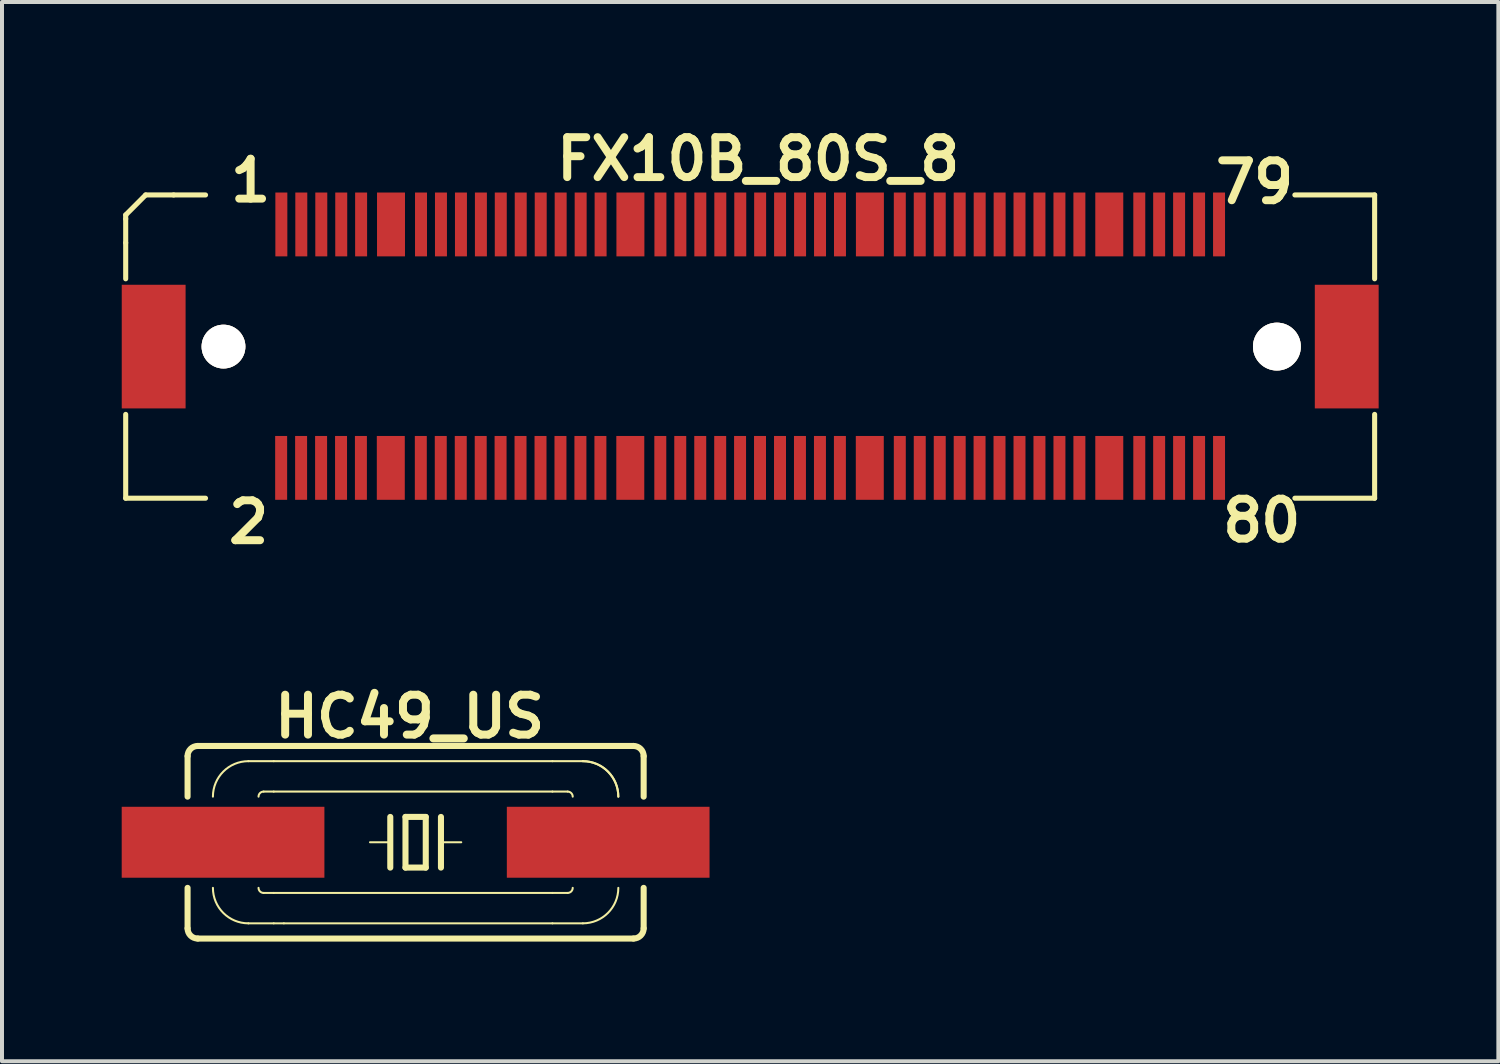
<source format=kicad_pcb>
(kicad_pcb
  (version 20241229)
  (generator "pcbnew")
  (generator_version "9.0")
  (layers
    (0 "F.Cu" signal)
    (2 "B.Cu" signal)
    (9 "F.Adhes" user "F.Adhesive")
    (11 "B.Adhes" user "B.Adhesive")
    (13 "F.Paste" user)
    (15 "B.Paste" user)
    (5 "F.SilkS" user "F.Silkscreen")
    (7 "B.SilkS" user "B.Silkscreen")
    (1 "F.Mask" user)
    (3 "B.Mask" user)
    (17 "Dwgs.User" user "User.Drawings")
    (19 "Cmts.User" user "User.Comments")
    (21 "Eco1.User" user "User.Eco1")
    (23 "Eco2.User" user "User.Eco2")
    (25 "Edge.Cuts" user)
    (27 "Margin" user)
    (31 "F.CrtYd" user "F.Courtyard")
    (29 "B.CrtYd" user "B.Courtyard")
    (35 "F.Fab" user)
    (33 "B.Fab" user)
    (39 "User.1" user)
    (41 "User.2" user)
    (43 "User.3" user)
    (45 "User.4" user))
  (footprint "HC49_US"
    (layer "F.Cu")
    (at 7.366 18.058)
    (property "Reference" "HC49_US" (at -0.15 -3.15 0) (layer "F.SilkS") (effects (font (size 1 1) (thickness 0.2))))
    (attr smd)
    (fp_line (start -5.715 -1.143) (end -5.715 -2.159) (stroke (width 0.152) (type solid)) (layer "F.SilkS"))
    (fp_line (start -5.715 1.143) (end -5.715 2.159) (stroke (width 0.152) (type solid)) (layer "F.SilkS"))
    (fp_line (start -4.191 2.032) (end -3.556 2.032) (stroke (width 0.051) (type solid)) (layer "F.SilkS"))
    (fp_line (start -3.81 -1.27) (end -3.556 -1.27) (stroke (width 0.051) (type solid)) (layer "F.SilkS"))
    (fp_line (start -3.81 1.27) (end -3.556 1.27) (stroke (width 0.051) (type solid)) (layer "F.SilkS"))
    (fp_line (start -3.556 -2.032) (end -4.191 -2.032) (stroke (width 0.051) (type solid)) (layer "F.SilkS"))
    (fp_line (start -3.556 1.27) (end 3.429 1.27) (stroke (width 0.051) (type solid)) (layer "F.SilkS"))
    (fp_line (start -3.556 2.032) (end -3.302 2.032) (stroke (width 0.051) (type solid)) (layer "F.SilkS"))
    (fp_line (start -3.302 2.032) (end 3.429 2.032) (stroke (width 0.051) (type solid)) (layer "F.SilkS"))
    (fp_line (start -0.635 -0.635) (end -0.635 0.635) (stroke (width 0.152) (type solid)) (layer "F.SilkS"))
    (fp_line (start -0.635 0) (end -1.143 0) (stroke (width 0.051) (type solid)) (layer "F.SilkS"))
    (fp_line (start -0.254 -0.635) (end 0.254 -0.635) (stroke (width 0.152) (type solid)) (layer "F.SilkS"))
    (fp_line (start -0.254 0.635) (end -0.254 -0.635) (stroke (width 0.152) (type solid)) (layer "F.SilkS"))
    (fp_line (start 0.254 -0.635) (end 0.254 0.635) (stroke (width 0.152) (type solid)) (layer "F.SilkS"))
    (fp_line (start 0.254 0.635) (end -0.254 0.635) (stroke (width 0.152) (type solid)) (layer "F.SilkS"))
    (fp_line (start 0.635 -0.635) (end 0.635 0.635) (stroke (width 0.152) (type solid)) (layer "F.SilkS"))
    (fp_line (start 0.635 0) (end 1.143 0) (stroke (width 0.051) (type solid)) (layer "F.SilkS"))
    (fp_line (start 3.429 -2.032) (end -3.556 -2.032) (stroke (width 0.051) (type solid)) (layer "F.SilkS"))
    (fp_line (start 3.429 -2.032) (end 4.191 -2.032) (stroke (width 0.051) (type solid)) (layer "F.SilkS"))
    (fp_line (start 3.429 -1.27) (end -3.556 -1.27) (stroke (width 0.051) (type solid)) (layer "F.SilkS"))
    (fp_line (start 3.429 1.27) (end 3.81 1.27) (stroke (width 0.051) (type solid)) (layer "F.SilkS"))
    (fp_line (start 3.429 2.032) (end 4.191 2.032) (stroke (width 0.051) (type solid)) (layer "F.SilkS"))
    (fp_line (start 3.81 -1.27) (end 3.429 -1.27) (stroke (width 0.051) (type solid)) (layer "F.SilkS"))
    (fp_line (start 5.461 -2.413) (end -5.461 -2.413) (stroke (width 0.152) (type solid)) (layer "F.SilkS"))
    (fp_line (start 5.461 2.413) (end -5.461 2.413) (stroke (width 0.152) (type solid)) (layer "F.SilkS"))
    (fp_line (start 5.715 -1.143) (end 5.715 -2.159) (stroke (width 0.152) (type solid)) (layer "F.SilkS"))
    (fp_line (start 5.715 1.143) (end 5.715 2.159) (stroke (width 0.152) (type solid)) (layer "F.SilkS"))
    (fp_arc (start -5.715 -2.159) (mid -5.640605 -2.338605) (end -5.461 -2.413) (stroke (width 0.1524) (type solid)) (layer "F.SilkS"))
    (fp_arc (start -5.461 2.413) (mid -5.640605 2.338605) (end -5.715 2.159) (stroke (width 0.1524) (type solid)) (layer "F.SilkS"))
    (fp_arc (start -5.08 -1.143) (mid -4.819618 -1.771618) (end -4.191 -2.032) (stroke (width 0.0508) (type solid)) (layer "F.SilkS"))
    (fp_arc (start -4.191 2.032) (mid -4.819618 1.771618) (end -5.08 1.143) (stroke (width 0.0508) (type solid)) (layer "F.SilkS"))
    (fp_arc (start -3.937 -1.143) (mid -3.899803 -1.232803) (end -3.81 -1.27) (stroke (width 0.0508) (type solid)) (layer "F.SilkS"))
    (fp_arc (start -3.81 1.27) (mid -3.899803 1.232803) (end -3.937 1.143) (stroke (width 0.0508) (type solid)) (layer "F.SilkS"))
    (fp_arc (start 3.81 -1.27) (mid 3.899803 -1.232803) (end 3.937 -1.143) (stroke (width 0.0508) (type solid)) (layer "F.SilkS"))
    (fp_arc (start 3.937 1.143) (mid 3.899803 1.232803) (end 3.81 1.27) (stroke (width 0.0508) (type solid)) (layer "F.SilkS"))
    (fp_arc (start 4.191 -2.032) (mid 4.819618 -1.771618) (end 5.08 -1.143) (stroke (width 0.0508) (type solid)) (layer "F.SilkS"))
    (fp_arc (start 4.191 -2.032) (mid 4.819618 -1.771618) (end 5.08 -1.143) (stroke (width 0.0508) (type solid)) (layer "F.SilkS"))
    (fp_arc (start 5.08 1.143) (mid 4.819618 1.771618) (end 4.191 2.032) (stroke (width 0.0508) (type solid)) (layer "F.SilkS"))
    (fp_arc (start 5.461 -2.413) (mid 5.640605 -2.338605) (end 5.715 -2.159) (stroke (width 0.1524) (type solid)) (layer "F.SilkS"))
    (fp_arc (start 5.715 2.159) (mid 5.640605 2.338605) (end 5.461 2.413) (stroke (width 0.1524) (type solid)) (layer "F.SilkS"))
    (pad "1" smd rect (at -4.826 0) (size 5.08 1.778) (layers "F.Cu" "F.Mask" "F.Paste"))
    (pad "2" smd rect (at 4.826 0) (size 5.08 1.778) (layers "F.Cu" "F.Mask" "F.Paste")))
  (footprint "FX10B_80S_8"
    (layer "F.Cu")
    (at 15.751 5.636)
    (property "Reference" "FX10B_80S_8" (at 0.2 -4.7 0) (layer "F.SilkS") (effects (font (size 1 1) (thickness 0.2))))
    (attr smd)
    (fp_line (start -15.651 -3.299) (end -15.651 -3.2) (stroke (width 0.127) (type solid)) (layer "F.SilkS"))
    (fp_line (start -15.651 -3.299) (end -15.151 -3.8) (stroke (width 0.127) (type solid)) (layer "F.SilkS"))
    (fp_line (start -15.651 -2.601) (end -15.651 -3.2) (stroke (width 0.127) (type solid)) (layer "F.SilkS"))
    (fp_line (start -15.651 -2.601) (end -15.651 -1.699) (stroke (width 0.127) (type solid)) (layer "F.SilkS"))
    (fp_line (start -15.651 1.699) (end -15.651 3.8) (stroke (width 0.127) (type solid)) (layer "F.SilkS"))
    (fp_line (start -15.651 3.8) (end -13.65 3.8) (stroke (width 0.127) (type solid)) (layer "F.SilkS"))
    (fp_line (start -14.45 -3.8) (end -15.151 -3.8) (stroke (width 0.127) (type solid)) (layer "F.SilkS"))
    (fp_line (start -13.65 -3.8) (end -14.45 -3.8) (stroke (width 0.127) (type solid)) (layer "F.SilkS"))
    (fp_line (start 15.649 -3.8) (end 13.65 -3.8) (stroke (width 0.127) (type solid)) (layer "F.SilkS"))
    (fp_line (start 15.649 -1.699) (end 15.649 -3.8) (stroke (width 0.127) (type solid)) (layer "F.SilkS"))
    (fp_line (start 15.649 1.699) (end 15.649 3.8) (stroke (width 0.127) (type solid)) (layer "F.SilkS"))
    (fp_line (start 15.649 3.8) (end 13.65 3.8) (stroke (width 0.127) (type solid)) (layer "F.SilkS"))
    (fp_text user "1" (at -12.52 -4.16 0) (layer "F.SilkS") (effects (font (size 1 1) (thickness 0.2))))
    (fp_text user "79" (at 12.64 -4.12 0) (layer "F.SilkS") (effects (font (size 1 1) (thickness 0.2))))
    (fp_text user "80" (at 12.82 4.36 0) (layer "F.SilkS") (effects (font (size 1 1) (thickness 0.2))))
    (fp_text user "2" (at -12.57 4.4 0) (layer "F.SilkS") (effects (font (size 1 1) (thickness 0.2))))
    (pad "1" smd rect (at -11.75 -3.061) (size 0.3 1.6) (layers "F.Cu" "F.Mask" "F.Paste"))
    (pad "2" smd rect (at -11.755 3.04) (size 0.3 1.6) (layers "F.Cu" "F.Mask" "F.Paste"))
    (pad "3" smd rect (at -11.25 -3.061) (size 0.3 1.6) (layers "F.Cu" "F.Mask" "F.Paste"))
    (pad "4" smd rect (at -11.255 3.04) (size 0.3 1.6) (layers "F.Cu" "F.Mask" "F.Paste"))
    (pad "5" smd rect (at -10.749 -3.061) (size 0.3 1.6) (layers "F.Cu" "F.Mask" "F.Paste"))
    (pad "6" smd rect (at -10.754 3.04) (size 0.3 1.6) (layers "F.Cu" "F.Mask" "F.Paste"))
    (pad "7" smd rect (at -10.249 -3.061) (size 0.3 1.6) (layers "F.Cu" "F.Mask" "F.Paste"))
    (pad "8" smd rect (at -10.254 3.04) (size 0.3 1.6) (layers "F.Cu" "F.Mask" "F.Paste"))
    (pad "9" smd rect (at -9.751 -3.061) (size 0.3 1.6) (layers "F.Cu" "F.Mask" "F.Paste"))
    (pad "10" smd rect (at -9.756 3.04) (size 0.3 1.6) (layers "F.Cu" "F.Mask" "F.Paste"))
    (pad "11" smd rect (at -8.25 -3.061) (size 0.3 1.6) (layers "F.Cu" "F.Mask" "F.Paste"))
    (pad "12" smd rect (at -8.255 3.04) (size 0.3 1.6) (layers "F.Cu" "F.Mask" "F.Paste"))
    (pad "13" smd rect (at -7.75 -3.061) (size 0.3 1.6) (layers "F.Cu" "F.Mask" "F.Paste"))
    (pad "14" smd rect (at -7.755 3.04) (size 0.3 1.6) (layers "F.Cu" "F.Mask" "F.Paste"))
    (pad "15" smd rect (at -7.249 -3.061) (size 0.3 1.6) (layers "F.Cu" "F.Mask" "F.Paste"))
    (pad "16" smd rect (at -7.254 3.04) (size 0.3 1.6) (layers "F.Cu" "F.Mask" "F.Paste"))
    (pad "17" smd rect (at -6.749 -3.061) (size 0.3 1.6) (layers "F.Cu" "F.Mask" "F.Paste"))
    (pad "18" smd rect (at -6.754 3.04) (size 0.3 1.6) (layers "F.Cu" "F.Mask" "F.Paste"))
    (pad "19" smd rect (at -6.251 -3.061) (size 0.3 1.6) (layers "F.Cu" "F.Mask" "F.Paste"))
    (pad "20" smd rect (at -6.256 3.04) (size 0.3 1.6) (layers "F.Cu" "F.Mask" "F.Paste"))
    (pad "21" smd rect (at -5.751 -3.061) (size 0.3 1.6) (layers "F.Cu" "F.Mask" "F.Paste"))
    (pad "22" smd rect (at -5.756 3.04) (size 0.3 1.6) (layers "F.Cu" "F.Mask" "F.Paste"))
    (pad "23" smd rect (at -5.25 -3.061) (size 0.3 1.6) (layers "F.Cu" "F.Mask" "F.Paste"))
    (pad "24" smd rect (at -5.255 3.04) (size 0.3 1.6) (layers "F.Cu" "F.Mask" "F.Paste"))
    (pad "25" smd rect (at -4.75 -3.061) (size 0.3 1.6) (layers "F.Cu" "F.Mask" "F.Paste"))
    (pad "26" smd rect (at -4.755 3.04) (size 0.3 1.6) (layers "F.Cu" "F.Mask" "F.Paste"))
    (pad "27" smd rect (at -4.249 -3.061) (size 0.3 1.6) (layers "F.Cu" "F.Mask" "F.Paste"))
    (pad "28" smd rect (at -4.255 3.04) (size 0.3 1.6) (layers "F.Cu" "F.Mask" "F.Paste"))
    (pad "29" smd rect (at -3.749 -3.061) (size 0.3 1.6) (layers "F.Cu" "F.Mask" "F.Paste"))
    (pad "30" smd rect (at -3.754 3.04) (size 0.3 1.6) (layers "F.Cu" "F.Mask" "F.Paste"))
    (pad "31" smd rect (at -2.25 -3.061) (size 0.3 1.6) (layers "F.Cu" "F.Mask" "F.Paste"))
    (pad "32" smd rect (at -2.253 3.04) (size 0.3 1.6) (layers "F.Cu" "F.Mask" "F.Paste"))
    (pad "33" smd rect (at -1.75 -3.061) (size 0.3 1.6) (layers "F.Cu" "F.Mask" "F.Paste"))
    (pad "34" smd rect (at -1.753 3.04) (size 0.3 1.6) (layers "F.Cu" "F.Mask" "F.Paste"))
    (pad "35" smd rect (at -1.25 -3.061) (size 0.3 1.6) (layers "F.Cu" "F.Mask" "F.Paste"))
    (pad "36" smd rect (at -1.252 3.04) (size 0.3 1.6) (layers "F.Cu" "F.Mask" "F.Paste"))
    (pad "37" smd rect (at -0.749 -3.061) (size 0.3 1.6) (layers "F.Cu" "F.Mask" "F.Paste"))
    (pad "38" smd rect (at -0.752 3.04) (size 0.3 1.6) (layers "F.Cu" "F.Mask" "F.Paste"))
    (pad "39" smd rect (at -0.249 -3.061) (size 0.3 1.6) (layers "F.Cu" "F.Mask" "F.Paste"))
    (pad "40" smd rect (at -0.254 3.04) (size 0.3 1.6) (layers "F.Cu" "F.Mask" "F.Paste"))
    (pad "41" smd rect (at 0.249 -3.061) (size 0.3 1.6) (layers "F.Cu" "F.Mask" "F.Paste"))
    (pad "42" smd rect (at 0.246 3.04) (size 0.3 1.6) (layers "F.Cu" "F.Mask" "F.Paste"))
    (pad "43" smd rect (at 0.749 -3.061) (size 0.3 1.6) (layers "F.Cu" "F.Mask" "F.Paste"))
    (pad "44" smd rect (at 0.747 3.04) (size 0.3 1.6) (layers "F.Cu" "F.Mask" "F.Paste"))
    (pad "45" smd rect (at 1.25 -3.061) (size 0.3 1.6) (layers "F.Cu" "F.Mask" "F.Paste"))
    (pad "46" smd rect (at 1.247 3.04) (size 0.3 1.6) (layers "F.Cu" "F.Mask" "F.Paste"))
    (pad "47" smd rect (at 1.75 -3.061) (size 0.3 1.6) (layers "F.Cu" "F.Mask" "F.Paste"))
    (pad "48" smd rect (at 1.748 3.04) (size 0.3 1.6) (layers "F.Cu" "F.Mask" "F.Paste"))
    (pad "49" smd rect (at 2.25 -3.061) (size 0.3 1.6) (layers "F.Cu" "F.Mask" "F.Paste"))
    (pad "50" smd rect (at 2.248 3.04) (size 0.3 1.6) (layers "F.Cu" "F.Mask" "F.Paste"))
    (pad "51" smd rect (at 3.749 -3.061) (size 0.3 1.6) (layers "F.Cu" "F.Mask" "F.Paste"))
    (pad "52" smd rect (at 3.749 3.04) (size 0.3 1.6) (layers "F.Cu" "F.Mask" "F.Paste"))
    (pad "53" smd rect (at 4.249 -3.061) (size 0.3 1.6) (layers "F.Cu" "F.Mask" "F.Paste"))
    (pad "54" smd rect (at 4.249 3.04) (size 0.3 1.6) (layers "F.Cu" "F.Mask" "F.Paste"))
    (pad "55" smd rect (at 4.75 -3.061) (size 0.3 1.6) (layers "F.Cu" "F.Mask" "F.Paste"))
    (pad "56" smd rect (at 4.75 3.04) (size 0.3 1.6) (layers "F.Cu" "F.Mask" "F.Paste"))
    (pad "57" smd rect (at 5.25 -3.061) (size 0.3 1.6) (layers "F.Cu" "F.Mask" "F.Paste"))
    (pad "58" smd rect (at 5.25 3.04) (size 0.3 1.6) (layers "F.Cu" "F.Mask" "F.Paste"))
    (pad "59" smd rect (at 5.751 -3.061) (size 0.3 1.6) (layers "F.Cu" "F.Mask" "F.Paste"))
    (pad "60" smd rect (at 5.748 3.04) (size 0.3 1.6) (layers "F.Cu" "F.Mask" "F.Paste"))
    (pad "61" smd rect (at 6.251 -3.061) (size 0.3 1.6) (layers "F.Cu" "F.Mask" "F.Paste"))
    (pad "62" smd rect (at 6.248 3.04) (size 0.3 1.6) (layers "F.Cu" "F.Mask" "F.Paste"))
    (pad "63" smd rect (at 6.749 -3.061) (size 0.3 1.6) (layers "F.Cu" "F.Mask" "F.Paste"))
    (pad "64" smd rect (at 6.749 3.04) (size 0.3 1.6) (layers "F.Cu" "F.Mask" "F.Paste"))
    (pad "65" smd rect (at 7.249 -3.061) (size 0.3 1.6) (layers "F.Cu" "F.Mask" "F.Paste"))
    (pad "66" smd rect (at 7.249 3.04) (size 0.3 1.6) (layers "F.Cu" "F.Mask" "F.Paste"))
    (pad "67" smd rect (at 7.75 -3.061) (size 0.3 1.6) (layers "F.Cu" "F.Mask" "F.Paste"))
    (pad "68" smd rect (at 7.75 3.04) (size 0.3 1.6) (layers "F.Cu" "F.Mask" "F.Paste"))
    (pad "69" smd rect (at 8.25 -3.061) (size 0.3 1.6) (layers "F.Cu" "F.Mask" "F.Paste"))
    (pad "70" smd rect (at 8.25 3.04) (size 0.3 1.6) (layers "F.Cu" "F.Mask" "F.Paste"))
    (pad "71" smd rect (at 9.751 -3.061) (size 0.3 1.6) (layers "F.Cu" "F.Mask" "F.Paste"))
    (pad "72" smd rect (at 9.751 3.04) (size 0.3 1.6) (layers "F.Cu" "F.Mask" "F.Paste"))
    (pad "73" smd rect (at 10.249 -3.061) (size 0.3 1.6) (layers "F.Cu" "F.Mask" "F.Paste"))
    (pad "74" smd rect (at 10.249 3.04) (size 0.3 1.6) (layers "F.Cu" "F.Mask" "F.Paste"))
    (pad "75" smd rect (at 10.749 -3.061) (size 0.3 1.6) (layers "F.Cu" "F.Mask" "F.Paste"))
    (pad "76" smd rect (at 10.749 3.04) (size 0.3 1.6) (layers "F.Cu" "F.Mask" "F.Paste"))
    (pad "77" smd rect (at 11.25 -3.061) (size 0.3 1.6) (layers "F.Cu" "F.Mask" "F.Paste"))
    (pad "78" smd rect (at 11.25 3.04) (size 0.3 1.6) (layers "F.Cu" "F.Mask" "F.Paste"))
    (pad "79" smd rect (at 11.75 -3.061) (size 0.3 1.6) (layers "F.Cu" "F.Mask" "F.Paste"))
    (pad "80" smd rect (at 11.75 3.04) (size 0.3 1.6) (layers "F.Cu" "F.Mask" "F.Paste"))
    (pad "81" smd rect (at -9.002 -3.061) (size 0.701 1.6) (layers "F.Cu" "F.Mask" "F.Paste"))
    (pad "82" smd rect (at -9.007 3.04) (size 0.701 1.6) (layers "F.Cu" "F.Mask" "F.Paste"))
    (pad "83" smd rect (at -3.002 -3.061) (size 0.701 1.6) (layers "F.Cu" "F.Mask" "F.Paste"))
    (pad "84" smd rect (at -3.005 3.04) (size 0.701 1.6) (layers "F.Cu" "F.Mask" "F.Paste"))
    (pad "85" smd rect (at 3 -3.061) (size 0.701 1.6) (layers "F.Cu" "F.Mask" "F.Paste"))
    (pad "86" smd rect (at 2.997 3.04) (size 0.701 1.6) (layers "F.Cu" "F.Mask" "F.Paste"))
    (pad "87" smd rect (at 8.999 -3.061) (size 0.701 1.6) (layers "F.Cu" "F.Mask" "F.Paste"))
    (pad "88" smd rect (at 8.999 3.04) (size 0.701 1.6) (layers "F.Cu" "F.Mask" "F.Paste"))
    (pad "89" thru_hole circle (at 13.2 0) (size 1.199 1.199) (drill 1.199) (layers "*.Cu" "F.SilkS"))
    (pad "89" smd rect (at 14.95 0) (size 1.6 3.099) (layers "F.Cu" "F.Mask" "F.Paste"))
    (pad "90" smd rect (at -14.95 0) (size 1.6 3.099) (layers "F.Cu" "F.Mask" "F.Paste"))
    (pad "90" thru_hole circle (at -13.2 0) (size 1.097 1.097) (drill 1.097) (layers "*.Cu" "F.SilkS")))
  (gr_rect
    (start -3 -3)
    (end 34.501 23.547)
    (stroke (width 0.1) (type default))
    (fill no)
    (layer "Edge.Cuts")))
</source>
